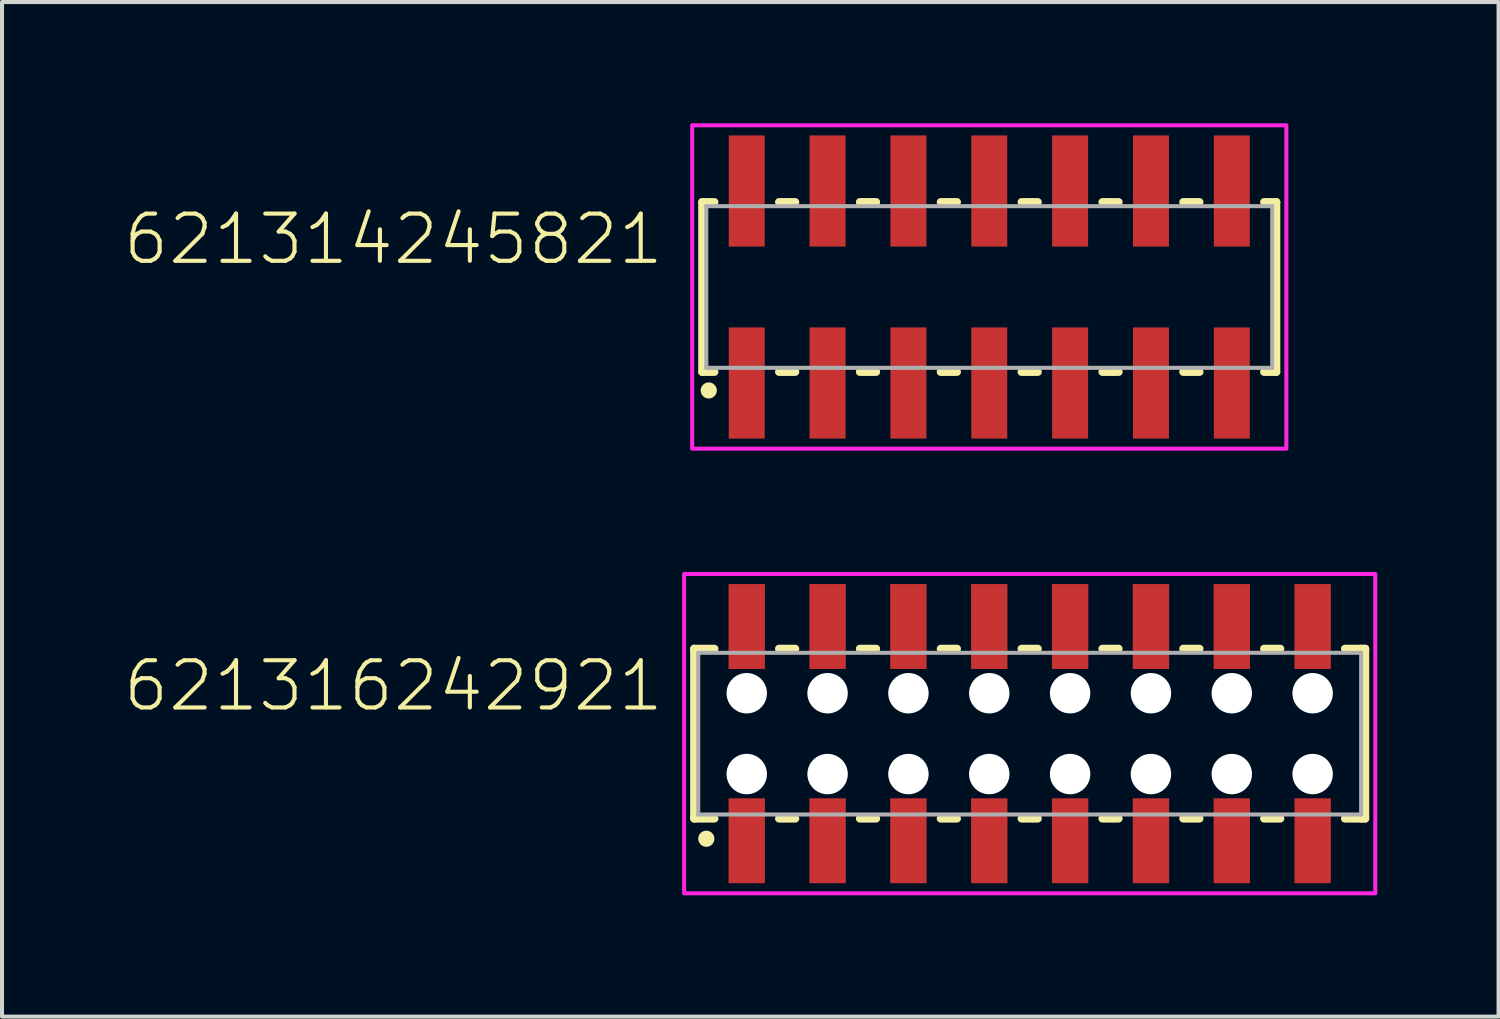
<source format=kicad_pcb>
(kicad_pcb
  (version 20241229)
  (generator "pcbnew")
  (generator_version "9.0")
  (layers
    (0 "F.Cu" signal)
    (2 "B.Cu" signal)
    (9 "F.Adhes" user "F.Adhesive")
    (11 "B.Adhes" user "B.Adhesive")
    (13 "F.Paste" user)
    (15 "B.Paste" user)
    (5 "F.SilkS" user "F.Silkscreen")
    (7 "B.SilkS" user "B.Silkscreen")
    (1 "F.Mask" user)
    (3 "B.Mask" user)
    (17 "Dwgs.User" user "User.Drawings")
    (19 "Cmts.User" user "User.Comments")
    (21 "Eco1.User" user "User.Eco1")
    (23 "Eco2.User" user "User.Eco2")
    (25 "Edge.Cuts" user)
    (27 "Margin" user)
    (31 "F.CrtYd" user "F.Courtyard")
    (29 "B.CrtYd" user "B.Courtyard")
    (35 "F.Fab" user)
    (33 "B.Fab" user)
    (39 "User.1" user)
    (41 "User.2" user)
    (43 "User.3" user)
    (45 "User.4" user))
  (footprint "621316242921"
    (layer "F.Cu")
    (at 22.424 15.1)
    (property "Reference" "621316242921" (at -9 -0.5 0) (unlocked yes) (layer "F.SilkS") (effects (font (size 1.168 1.168) (thickness 0.102)) (justify right bottom)))
    (fp_line (start -8.3 -2.1) (end -8.3 2.1) (stroke (width 0.2) (type solid)) (layer "F.SilkS"))
    (fp_line (start -8.3 2.1) (end -7.8 2.1) (stroke (width 0.2) (type solid)) (layer "F.SilkS"))
    (fp_line (start -7.8 -2.1) (end -8.3 -2.1) (stroke (width 0.2) (type solid)) (layer "F.SilkS"))
    (fp_line (start -6.2 2.1) (end -5.8 2.1) (stroke (width 0.2) (type solid)) (layer "F.SilkS"))
    (fp_line (start -5.8 -2.1) (end -6.2 -2.1) (stroke (width 0.2) (type solid)) (layer "F.SilkS"))
    (fp_line (start -4.2 2.1) (end -3.8 2.1) (stroke (width 0.2) (type solid)) (layer "F.SilkS"))
    (fp_line (start -3.8 -2.1) (end -4.2 -2.1) (stroke (width 0.2) (type solid)) (layer "F.SilkS"))
    (fp_line (start -2.2 2.1) (end -1.8 2.1) (stroke (width 0.2) (type solid)) (layer "F.SilkS"))
    (fp_line (start -1.8 -2.1) (end -2.2 -2.1) (stroke (width 0.2) (type solid)) (layer "F.SilkS"))
    (fp_line (start -0.2 2.1) (end 0.2 2.1) (stroke (width 0.2) (type solid)) (layer "F.SilkS"))
    (fp_line (start 0.2 -2.1) (end -0.2 -2.1) (stroke (width 0.2) (type solid)) (layer "F.SilkS"))
    (fp_line (start 1.8 2.1) (end 2.2 2.1) (stroke (width 0.2) (type solid)) (layer "F.SilkS"))
    (fp_line (start 2.2 -2.1) (end 1.8 -2.1) (stroke (width 0.2) (type solid)) (layer "F.SilkS"))
    (fp_line (start 3.8 2.1) (end 4.2 2.1) (stroke (width 0.2) (type solid)) (layer "F.SilkS"))
    (fp_line (start 4.2 -2.1) (end 3.8 -2.1) (stroke (width 0.2) (type solid)) (layer "F.SilkS"))
    (fp_line (start 5.8 2.1) (end 6.2 2.1) (stroke (width 0.2) (type solid)) (layer "F.SilkS"))
    (fp_line (start 6.2 -2.1) (end 5.8 -2.1) (stroke (width 0.2) (type solid)) (layer "F.SilkS"))
    (fp_line (start 7.8 2.1) (end 8.2 2.1) (stroke (width 0.2) (type solid)) (layer "F.SilkS"))
    (fp_line (start 8.2 -2.1) (end 7.8 -2.1) (stroke (width 0.2) (type solid)) (layer "F.SilkS"))
    (fp_line (start 8.2 -2.1) (end 8.3 -2.1) (stroke (width 0.2) (type solid)) (layer "F.SilkS"))
    (fp_line (start 8.3 -2.1) (end 8.3 2.1) (stroke (width 0.2) (type solid)) (layer "F.SilkS"))
    (fp_line (start 8.3 2.1) (end 8.2 2.1) (stroke (width 0.2) (type solid)) (layer "F.SilkS"))
    (fp_circle (center -8 2.6) (end -7.9 2.6) (stroke (width 0.2) (type solid)) (fill no) (layer "F.SilkS"))
    (fp_poly (pts (xy 8.55 3.95) (xy -8.55 3.95) (xy -8.55 -3.95) (xy 8.55 -3.95)) (stroke (width 0.1) (type default)) (fill no) (layer "F.CrtYd"))
    (fp_line (start -8.2 -2) (end -8.2 2) (stroke (width 0.1) (type solid)) (layer "F.Fab"))
    (fp_line (start -8.2 2) (end 8.2 2) (stroke (width 0.1) (type solid)) (layer "F.Fab"))
    (fp_line (start 8.2 -2) (end -8.2 -2) (stroke (width 0.1) (type solid)) (layer "F.Fab"))
    (fp_line (start 8.2 2) (end 8.2 -2) (stroke (width 0.1) (type solid)) (layer "F.Fab"))
    (pad "" np_thru_hole circle (at -7 -1) (size 1 1) (drill 1) (layers "*.Cu" "*.Mask"))
    (pad "" np_thru_hole circle (at -7 1) (size 1 1) (drill 1) (layers "*.Cu" "*.Mask"))
    (pad "" np_thru_hole circle (at -5 -1) (size 1 1) (drill 1) (layers "*.Cu" "*.Mask"))
    (pad "" np_thru_hole circle (at -5 1) (size 1 1) (drill 1) (layers "*.Cu" "*.Mask"))
    (pad "" np_thru_hole circle (at -3 -1) (size 1 1) (drill 1) (layers "*.Cu" "*.Mask"))
    (pad "" np_thru_hole circle (at -3 1) (size 1 1) (drill 1) (layers "*.Cu" "*.Mask"))
    (pad "" np_thru_hole circle (at -1 -1) (size 1 1) (drill 1) (layers "*.Cu" "*.Mask"))
    (pad "" np_thru_hole circle (at -1 1) (size 1 1) (drill 1) (layers "*.Cu" "*.Mask"))
    (pad "" np_thru_hole circle (at 1 -1) (size 1 1) (drill 1) (layers "*.Cu" "*.Mask"))
    (pad "" np_thru_hole circle (at 1 1) (size 1 1) (drill 1) (layers "*.Cu" "*.Mask"))
    (pad "" np_thru_hole circle (at 3 -1) (size 1 1) (drill 1) (layers "*.Cu" "*.Mask"))
    (pad "" np_thru_hole circle (at 3 1) (size 1 1) (drill 1) (layers "*.Cu" "*.Mask"))
    (pad "" np_thru_hole circle (at 5 -1) (size 1 1) (drill 1) (layers "*.Cu" "*.Mask"))
    (pad "" np_thru_hole circle (at 5 1) (size 1 1) (drill 1) (layers "*.Cu" "*.Mask"))
    (pad "" np_thru_hole circle (at 7 -1) (size 1 1) (drill 1) (layers "*.Cu" "*.Mask"))
    (pad "" np_thru_hole circle (at 7 1) (size 1 1) (drill 1) (layers "*.Cu" "*.Mask"))
    (pad "1" smd rect (at -7 2.65) (size 0.9 2.1) (layers "F.Cu" "F.Mask" "F.Paste"))
    (pad "2" smd rect (at -7 -2.65) (size 0.9 2.1) (layers "F.Cu" "F.Mask" "F.Paste"))
    (pad "3" smd rect (at -5 2.65) (size 0.9 2.1) (layers "F.Cu" "F.Mask" "F.Paste"))
    (pad "4" smd rect (at -5 -2.65) (size 0.9 2.1) (layers "F.Cu" "F.Mask" "F.Paste"))
    (pad "5" smd rect (at -3 2.65) (size 0.9 2.1) (layers "F.Cu" "F.Mask" "F.Paste"))
    (pad "6" smd rect (at -3 -2.65) (size 0.9 2.1) (layers "F.Cu" "F.Mask" "F.Paste"))
    (pad "7" smd rect (at -1 2.65) (size 0.9 2.1) (layers "F.Cu" "F.Mask" "F.Paste"))
    (pad "8" smd rect (at -1 -2.65) (size 0.9 2.1) (layers "F.Cu" "F.Mask" "F.Paste"))
    (pad "9" smd rect (at 1 2.65) (size 0.9 2.1) (layers "F.Cu" "F.Mask" "F.Paste"))
    (pad "10" smd rect (at 1 -2.65) (size 0.9 2.1) (layers "F.Cu" "F.Mask" "F.Paste"))
    (pad "11" smd rect (at 3 2.65) (size 0.9 2.1) (layers "F.Cu" "F.Mask" "F.Paste"))
    (pad "12" smd rect (at 3 -2.65) (size 0.9 2.1) (layers "F.Cu" "F.Mask" "F.Paste"))
    (pad "13" smd rect (at 5 2.65) (size 0.9 2.1) (layers "F.Cu" "F.Mask" "F.Paste"))
    (pad "14" smd rect (at 5 -2.65) (size 0.9 2.1) (layers "F.Cu" "F.Mask" "F.Paste"))
    (pad "15" smd rect (at 7 2.65) (size 0.9 2.1) (layers "F.Cu" "F.Mask" "F.Paste"))
    (pad "16" smd rect (at 7 -2.65) (size 0.9 2.1) (layers "F.Cu" "F.Mask" "F.Paste")))
  (footprint "621314245821"
    (layer "F.Cu")
    (at 21.424 4.05)
    (property "Reference" "621314245821" (at -8 -0.5 0) (unlocked yes) (layer "F.SilkS") (effects (font (size 1.168 1.168) (thickness 0.102)) (justify right bottom)))
    (fp_line (start -7.1 -2.1) (end -7.1 2.1) (stroke (width 0.2) (type solid)) (layer "F.SilkS"))
    (fp_line (start -7.1 2.1) (end -6.8 2.1) (stroke (width 0.2) (type solid)) (layer "F.SilkS"))
    (fp_line (start -6.8 -2.1) (end -7.1 -2.1) (stroke (width 0.2) (type solid)) (layer "F.SilkS"))
    (fp_line (start -5.2 -2.1) (end -4.8 -2.1) (stroke (width 0.2) (type solid)) (layer "F.SilkS"))
    (fp_line (start -4.8 2.1) (end -5.2 2.1) (stroke (width 0.2) (type solid)) (layer "F.SilkS"))
    (fp_line (start -3.2 -2.1) (end -2.8 -2.1) (stroke (width 0.2) (type solid)) (layer "F.SilkS"))
    (fp_line (start -2.8 2.1) (end -3.2 2.1) (stroke (width 0.2) (type solid)) (layer "F.SilkS"))
    (fp_line (start -1.2 -2.1) (end -0.8 -2.1) (stroke (width 0.2) (type solid)) (layer "F.SilkS"))
    (fp_line (start -0.8 2.1) (end -1.2 2.1) (stroke (width 0.2) (type solid)) (layer "F.SilkS"))
    (fp_line (start 0.8 -2.1) (end 1.2 -2.1) (stroke (width 0.2) (type solid)) (layer "F.SilkS"))
    (fp_line (start 1.2 2.1) (end 0.8 2.1) (stroke (width 0.2) (type solid)) (layer "F.SilkS"))
    (fp_line (start 2.8 -2.1) (end 3.2 -2.1) (stroke (width 0.2) (type solid)) (layer "F.SilkS"))
    (fp_line (start 3.2 2.1) (end 2.8 2.1) (stroke (width 0.2) (type solid)) (layer "F.SilkS"))
    (fp_line (start 4.8 -2.1) (end 5.2 -2.1) (stroke (width 0.2) (type solid)) (layer "F.SilkS"))
    (fp_line (start 5.2 2.1) (end 4.8 2.1) (stroke (width 0.2) (type solid)) (layer "F.SilkS"))
    (fp_line (start 6.8 -2.1) (end 7.1 -2.1) (stroke (width 0.2) (type solid)) (layer "F.SilkS"))
    (fp_line (start 7.1 -2.1) (end 7.1 2.1) (stroke (width 0.2) (type solid)) (layer "F.SilkS"))
    (fp_line (start 7.1 2.1) (end 6.8 2.1) (stroke (width 0.2) (type solid)) (layer "F.SilkS"))
    (fp_circle (center -6.94 2.56) (end -6.84 2.56) (stroke (width 0.2) (type solid)) (fill no) (layer "F.SilkS"))
    (fp_poly (pts (xy 7.35 4) (xy -7.35 4) (xy -7.35 -4) (xy 7.35 -4)) (stroke (width 0.1) (type default)) (fill no) (layer "F.CrtYd"))
    (fp_line (start -7 -2) (end 7 -2) (stroke (width 0.1) (type solid)) (layer "F.Fab"))
    (fp_line (start -7 2) (end -7 -2) (stroke (width 0.1) (type solid)) (layer "F.Fab"))
    (fp_line (start 7 -2) (end 7 2) (stroke (width 0.1) (type solid)) (layer "F.Fab"))
    (fp_line (start 7 2) (end -7 2) (stroke (width 0.1) (type solid)) (layer "F.Fab"))
    (pad "1" smd rect (at -6 2.375) (size 0.89 2.75) (layers "F.Cu" "F.Mask" "F.Paste"))
    (pad "2" smd rect (at -6 -2.375) (size 0.89 2.75) (layers "F.Cu" "F.Mask" "F.Paste"))
    (pad "3" smd rect (at -4 2.375) (size 0.89 2.75) (layers "F.Cu" "F.Mask" "F.Paste"))
    (pad "4" smd rect (at -4 -2.375) (size 0.89 2.75) (layers "F.Cu" "F.Mask" "F.Paste"))
    (pad "5" smd rect (at -2 2.375) (size 0.89 2.75) (layers "F.Cu" "F.Mask" "F.Paste"))
    (pad "6" smd rect (at -2 -2.375) (size 0.89 2.75) (layers "F.Cu" "F.Mask" "F.Paste"))
    (pad "7" smd rect (at 0 2.375) (size 0.89 2.75) (layers "F.Cu" "F.Mask" "F.Paste"))
    (pad "8" smd rect (at 0 -2.375) (size 0.89 2.75) (layers "F.Cu" "F.Mask" "F.Paste"))
    (pad "9" smd rect (at 2 2.375) (size 0.89 2.75) (layers "F.Cu" "F.Mask" "F.Paste"))
    (pad "10" smd rect (at 2 -2.375) (size 0.89 2.75) (layers "F.Cu" "F.Mask" "F.Paste"))
    (pad "11" smd rect (at 4 2.375) (size 0.89 2.75) (layers "F.Cu" "F.Mask" "F.Paste"))
    (pad "12" smd rect (at 4 -2.375) (size 0.89 2.75) (layers "F.Cu" "F.Mask" "F.Paste"))
    (pad "13" smd rect (at 6 2.375) (size 0.89 2.75) (layers "F.Cu" "F.Mask" "F.Paste"))
    (pad "14" smd rect (at 6 -2.375) (size 0.89 2.75) (layers "F.Cu" "F.Mask" "F.Paste")))
  (gr_rect
    (start -3 -3)
    (end 34.024 22.1)
    (stroke (width 0.1) (type default))
    (fill no)
    (layer "Edge.Cuts")))
</source>
